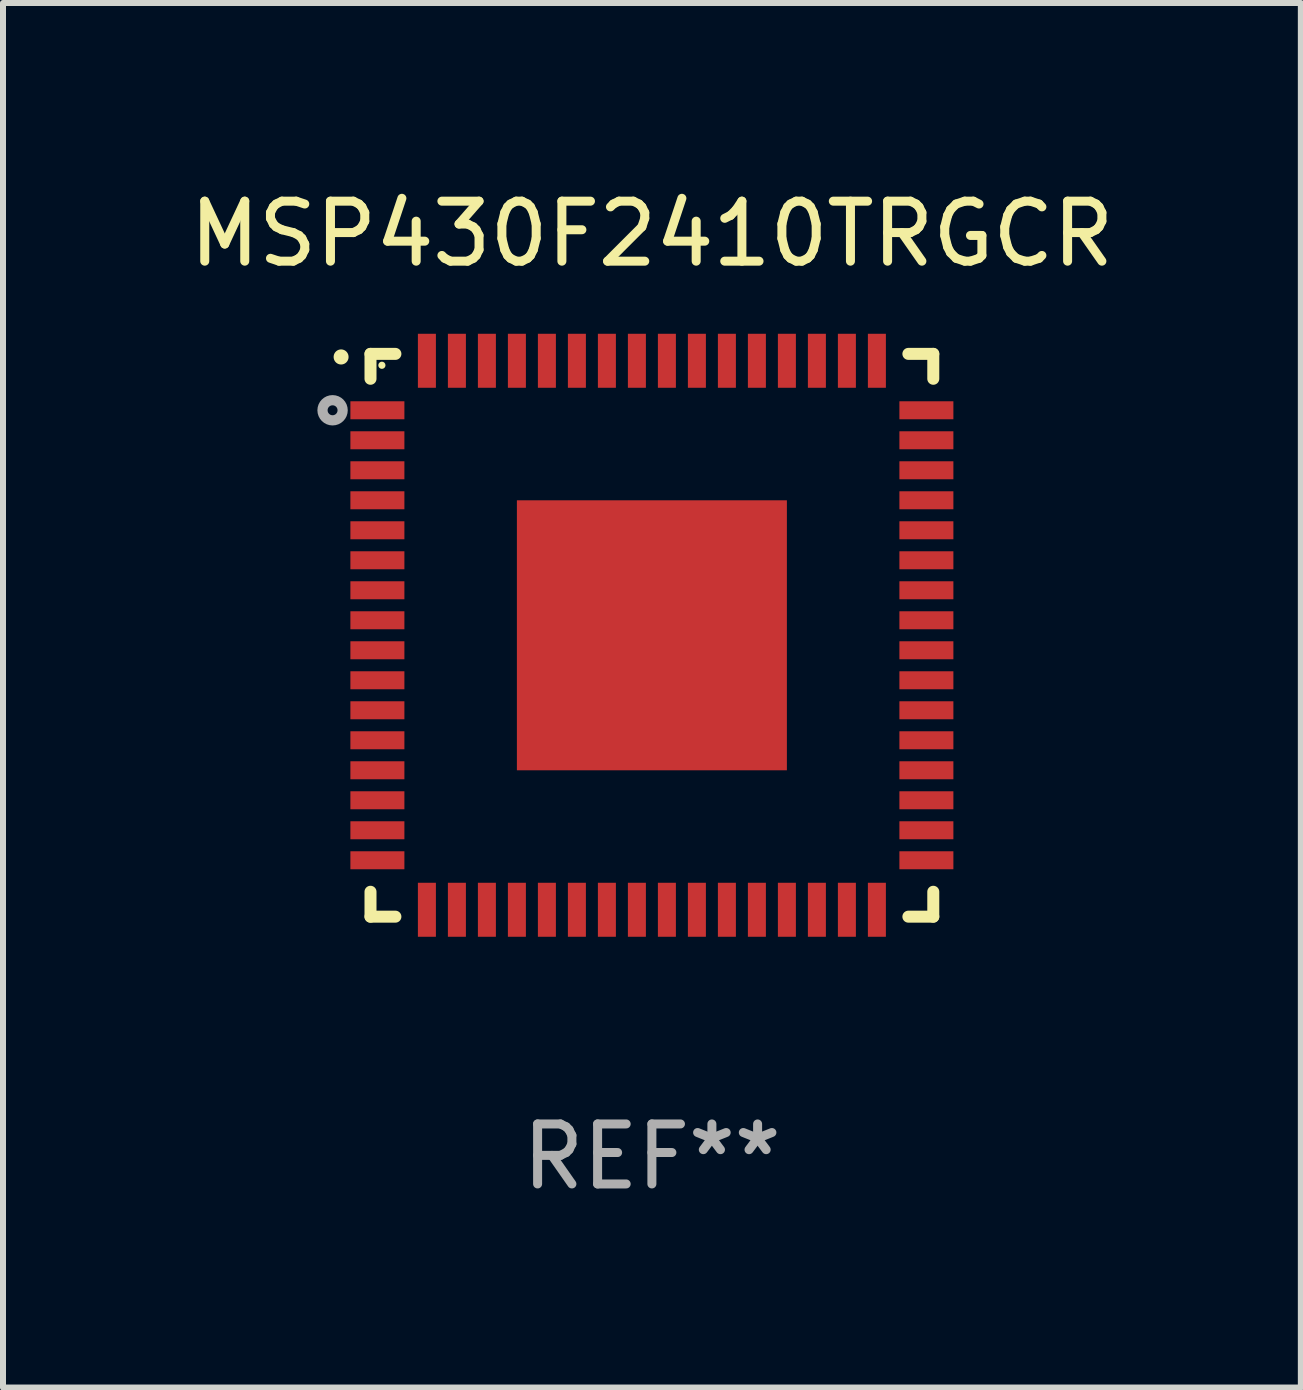
<source format=kicad_pcb>
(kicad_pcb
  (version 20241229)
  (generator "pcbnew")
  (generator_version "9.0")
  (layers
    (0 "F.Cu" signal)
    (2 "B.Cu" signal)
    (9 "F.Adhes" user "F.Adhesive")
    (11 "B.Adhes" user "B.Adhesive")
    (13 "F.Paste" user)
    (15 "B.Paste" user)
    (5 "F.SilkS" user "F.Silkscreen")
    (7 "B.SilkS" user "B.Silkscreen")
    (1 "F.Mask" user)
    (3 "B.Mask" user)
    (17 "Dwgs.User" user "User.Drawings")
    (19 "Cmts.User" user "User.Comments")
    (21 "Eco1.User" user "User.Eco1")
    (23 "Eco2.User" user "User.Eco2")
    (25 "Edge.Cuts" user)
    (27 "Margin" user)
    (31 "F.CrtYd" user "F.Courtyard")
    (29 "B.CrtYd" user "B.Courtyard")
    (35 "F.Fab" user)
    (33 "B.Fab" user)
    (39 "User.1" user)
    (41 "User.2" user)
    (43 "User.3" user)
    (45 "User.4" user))
  (footprint "MSP430F2410TRGCR"
    (layer "F.Cu")
    (at 7.815 7.538)
    (property "Reference" "MSP430F2410TRGCR" (at 0 -6.69 0) (layer "F.SilkS") (effects (font (size 1 1) (thickness 0.15))))
    (attr through_hole)
    (fp_line (start -4.69 -4.69) (end -4.275 -4.69) (stroke (width 0.2) (type solid)) (layer "F.SilkS"))
    (fp_line (start -4.69 -4.275) (end -4.69 -4.69) (stroke (width 0.2) (type solid)) (layer "F.SilkS"))
    (fp_line (start -4.69 4.275) (end -4.69 4.69) (stroke (width 0.2) (type solid)) (layer "F.SilkS"))
    (fp_line (start -4.69 4.69) (end -4.275 4.69) (stroke (width 0.2) (type solid)) (layer "F.SilkS"))
    (fp_line (start 4.275 -4.69) (end 4.69 -4.69) (stroke (width 0.2) (type solid)) (layer "F.SilkS"))
    (fp_line (start 4.275 4.69) (end 4.69 4.69) (stroke (width 0.2) (type solid)) (layer "F.SilkS"))
    (fp_line (start 4.69 -4.69) (end 4.69 -4.275) (stroke (width 0.2) (type solid)) (layer "F.SilkS"))
    (fp_line (start 4.69 4.69) (end 4.69 4.275) (stroke (width 0.2) (type solid)) (layer "F.SilkS"))
    (fp_arc (start -5.18001 -4.637338) (mid -5.180016 -4.638608) (end -5.18001 -4.639878) (stroke (width 0.24892) (type solid)) (layer "F.SilkS"))
    (fp_circle (center -4.5 -4.5) (end -4.47 -4.5) (stroke (width 0.06) (type solid)) (fill no) (layer "F.SilkS"))
    (fp_circle (center -5.322 -3.75) (end -5.239 -3.75) (stroke (width 0.17) (type solid)) (fill no) (layer "F.Fab"))
    (fp_text user "REF**" (at 0 8.69 0) (layer "F.Fab") (effects (font (size 1 1) (thickness 0.15))))
    (pad "1" smd rect (at -4.575 -3.75) (size 0.9 0.3) (layers "F.Cu" "F.Mask" "F.Paste"))
    (pad "2" smd rect (at -4.575 -3.25) (size 0.9 0.3) (layers "F.Cu" "F.Mask" "F.Paste"))
    (pad "3" smd rect (at -4.575 -2.75) (size 0.9 0.3) (layers "F.Cu" "F.Mask" "F.Paste"))
    (pad "4" smd rect (at -4.575 -2.25) (size 0.9 0.3) (layers "F.Cu" "F.Mask" "F.Paste"))
    (pad "5" smd rect (at -4.575 -1.75) (size 0.9 0.3) (layers "F.Cu" "F.Mask" "F.Paste"))
    (pad "6" smd rect (at -4.575 -1.25) (size 0.9 0.3) (layers "F.Cu" "F.Mask" "F.Paste"))
    (pad "7" smd rect (at -4.575 -0.75) (size 0.9 0.3) (layers "F.Cu" "F.Mask" "F.Paste"))
    (pad "8" smd rect (at -4.575 -0.25) (size 0.9 0.3) (layers "F.Cu" "F.Mask" "F.Paste"))
    (pad "9" smd rect (at -4.575 0.25) (size 0.9 0.3) (layers "F.Cu" "F.Mask" "F.Paste"))
    (pad "10" smd rect (at -4.575 0.75) (size 0.9 0.3) (layers "F.Cu" "F.Mask" "F.Paste"))
    (pad "11" smd rect (at -4.575 1.25) (size 0.9 0.3) (layers "F.Cu" "F.Mask" "F.Paste"))
    (pad "12" smd rect (at -4.575 1.75) (size 0.9 0.3) (layers "F.Cu" "F.Mask" "F.Paste"))
    (pad "13" smd rect (at -4.575 2.25) (size 0.9 0.3) (layers "F.Cu" "F.Mask" "F.Paste"))
    (pad "14" smd rect (at -4.575 2.75) (size 0.9 0.3) (layers "F.Cu" "F.Mask" "F.Paste"))
    (pad "15" smd rect (at -4.575 3.25) (size 0.9 0.3) (layers "F.Cu" "F.Mask" "F.Paste"))
    (pad "16" smd rect (at -4.575 3.75) (size 0.9 0.3) (layers "F.Cu" "F.Mask" "F.Paste"))
    (pad "17" smd rect (at -3.75 4.575 90) (size 0.9 0.3) (layers "F.Cu" "F.Mask" "F.Paste"))
    (pad "18" smd rect (at -3.25 4.575 90) (size 0.9 0.3) (layers "F.Cu" "F.Mask" "F.Paste"))
    (pad "19" smd rect (at -2.75 4.575 90) (size 0.9 0.3) (layers "F.Cu" "F.Mask" "F.Paste"))
    (pad "20" smd rect (at -2.25 4.575 90) (size 0.9 0.3) (layers "F.Cu" "F.Mask" "F.Paste"))
    (pad "21" smd rect (at -1.75 4.575 90) (size 0.9 0.3) (layers "F.Cu" "F.Mask" "F.Paste"))
    (pad "22" smd rect (at -1.25 4.575 90) (size 0.9 0.3) (layers "F.Cu" "F.Mask" "F.Paste"))
    (pad "23" smd rect (at -0.75 4.575 90) (size 0.9 0.3) (layers "F.Cu" "F.Mask" "F.Paste"))
    (pad "24" smd rect (at -0.25 4.575 90) (size 0.9 0.3) (layers "F.Cu" "F.Mask" "F.Paste"))
    (pad "25" smd rect (at 0.25 4.575 90) (size 0.9 0.3) (layers "F.Cu" "F.Mask" "F.Paste"))
    (pad "26" smd rect (at 0.75 4.575 90) (size 0.9 0.3) (layers "F.Cu" "F.Mask" "F.Paste"))
    (pad "27" smd rect (at 1.25 4.575 90) (size 0.9 0.3) (layers "F.Cu" "F.Mask" "F.Paste"))
    (pad "28" smd rect (at 1.75 4.575 90) (size 0.9 0.3) (layers "F.Cu" "F.Mask" "F.Paste"))
    (pad "29" smd rect (at 2.25 4.575 90) (size 0.9 0.3) (layers "F.Cu" "F.Mask" "F.Paste"))
    (pad "30" smd rect (at 2.75 4.575 90) (size 0.9 0.3) (layers "F.Cu" "F.Mask" "F.Paste"))
    (pad "31" smd rect (at 3.25 4.575 90) (size 0.9 0.3) (layers "F.Cu" "F.Mask" "F.Paste"))
    (pad "32" smd rect (at 3.75 4.575 90) (size 0.9 0.3) (layers "F.Cu" "F.Mask" "F.Paste"))
    (pad "33" smd rect (at 4.575 3.75 180) (size 0.9 0.3) (layers "F.Cu" "F.Mask" "F.Paste"))
    (pad "34" smd rect (at 4.575 3.25) (size 0.9 0.3) (layers "F.Cu" "F.Mask" "F.Paste"))
    (pad "35" smd rect (at 4.575 2.75) (size 0.9 0.3) (layers "F.Cu" "F.Mask" "F.Paste"))
    (pad "36" smd rect (at 4.575 2.25) (size 0.9 0.3) (layers "F.Cu" "F.Mask" "F.Paste"))
    (pad "37" smd rect (at 4.575 1.75) (size 0.9 0.3) (layers "F.Cu" "F.Mask" "F.Paste"))
    (pad "38" smd rect (at 4.575 1.25) (size 0.9 0.3) (layers "F.Cu" "F.Mask" "F.Paste"))
    (pad "39" smd rect (at 4.575 0.75) (size 0.9 0.3) (layers "F.Cu" "F.Mask" "F.Paste"))
    (pad "40" smd rect (at 4.575 0.25) (size 0.9 0.3) (layers "F.Cu" "F.Mask" "F.Paste"))
    (pad "41" smd rect (at 4.575 -0.25) (size 0.9 0.3) (layers "F.Cu" "F.Mask" "F.Paste"))
    (pad "42" smd rect (at 4.575 -0.75) (size 0.9 0.3) (layers "F.Cu" "F.Mask" "F.Paste"))
    (pad "43" smd rect (at 4.575 -1.25) (size 0.9 0.3) (layers "F.Cu" "F.Mask" "F.Paste"))
    (pad "44" smd rect (at 4.575 -1.75) (size 0.9 0.3) (layers "F.Cu" "F.Mask" "F.Paste"))
    (pad "45" smd rect (at 4.575 -2.25) (size 0.9 0.3) (layers "F.Cu" "F.Mask" "F.Paste"))
    (pad "46" smd rect (at 4.575 -2.75) (size 0.9 0.3) (layers "F.Cu" "F.Mask" "F.Paste"))
    (pad "47" smd rect (at 4.575 -3.25) (size 0.9 0.3) (layers "F.Cu" "F.Mask" "F.Paste"))
    (pad "48" smd rect (at 4.575 -3.75) (size 0.9 0.3) (layers "F.Cu" "F.Mask" "F.Paste"))
    (pad "49" smd rect (at 3.75 -4.575 90) (size 0.9 0.3) (layers "F.Cu" "F.Mask" "F.Paste"))
    (pad "50" smd rect (at 3.25 -4.575 90) (size 0.9 0.3) (layers "F.Cu" "F.Mask" "F.Paste"))
    (pad "51" smd rect (at 2.75 -4.575 90) (size 0.9 0.3) (layers "F.Cu" "F.Mask" "F.Paste"))
    (pad "52" smd rect (at 2.25 -4.575 90) (size 0.9 0.3) (layers "F.Cu" "F.Mask" "F.Paste"))
    (pad "53" smd rect (at 1.75 -4.575 90) (size 0.9 0.3) (layers "F.Cu" "F.Mask" "F.Paste"))
    (pad "54" smd rect (at 1.25 -4.575 90) (size 0.9 0.3) (layers "F.Cu" "F.Mask" "F.Paste"))
    (pad "55" smd rect (at 0.75 -4.575 90) (size 0.9 0.3) (layers "F.Cu" "F.Mask" "F.Paste"))
    (pad "56" smd rect (at 0.25 -4.575 90) (size 0.9 0.3) (layers "F.Cu" "F.Mask" "F.Paste"))
    (pad "57" smd rect (at -0.25 -4.575 90) (size 0.9 0.3) (layers "F.Cu" "F.Mask" "F.Paste"))
    (pad "58" smd rect (at -0.75 -4.575 90) (size 0.9 0.3) (layers "F.Cu" "F.Mask" "F.Paste"))
    (pad "59" smd rect (at -1.25 -4.575 90) (size 0.9 0.3) (layers "F.Cu" "F.Mask" "F.Paste"))
    (pad "60" smd rect (at -1.75 -4.575 90) (size 0.9 0.3) (layers "F.Cu" "F.Mask" "F.Paste"))
    (pad "61" smd rect (at -2.25 -4.575 90) (size 0.9 0.3) (layers "F.Cu" "F.Mask" "F.Paste"))
    (pad "62" smd rect (at -2.75 -4.575 90) (size 0.9 0.3) (layers "F.Cu" "F.Mask" "F.Paste"))
    (pad "63" smd rect (at -3.25 -4.575 90) (size 0.9 0.3) (layers "F.Cu" "F.Mask" "F.Paste"))
    (pad "64" smd rect (at -3.75 -4.575 90) (size 0.9 0.3) (layers "F.Cu" "F.Mask" "F.Paste"))
    (pad "65" smd rect (at 0 0.000381) (size 4.5 4.5) (layers "F.Cu" "F.Mask" "F.Paste")))
  (gr_rect
    (start -3 -3)
    (end 18.631 20.076)
    (stroke (width 0.1) (type default))
    (fill no)
    (layer "Edge.Cuts")))
</source>
